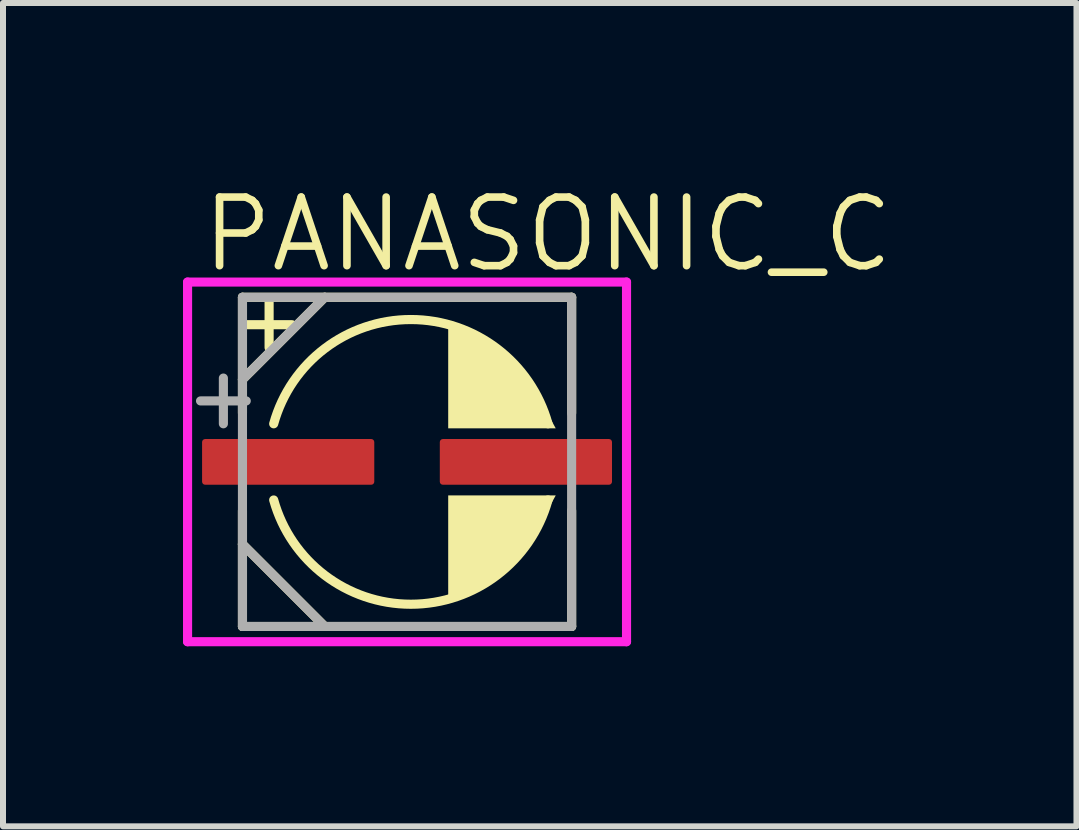
<source format=kicad_pcb>
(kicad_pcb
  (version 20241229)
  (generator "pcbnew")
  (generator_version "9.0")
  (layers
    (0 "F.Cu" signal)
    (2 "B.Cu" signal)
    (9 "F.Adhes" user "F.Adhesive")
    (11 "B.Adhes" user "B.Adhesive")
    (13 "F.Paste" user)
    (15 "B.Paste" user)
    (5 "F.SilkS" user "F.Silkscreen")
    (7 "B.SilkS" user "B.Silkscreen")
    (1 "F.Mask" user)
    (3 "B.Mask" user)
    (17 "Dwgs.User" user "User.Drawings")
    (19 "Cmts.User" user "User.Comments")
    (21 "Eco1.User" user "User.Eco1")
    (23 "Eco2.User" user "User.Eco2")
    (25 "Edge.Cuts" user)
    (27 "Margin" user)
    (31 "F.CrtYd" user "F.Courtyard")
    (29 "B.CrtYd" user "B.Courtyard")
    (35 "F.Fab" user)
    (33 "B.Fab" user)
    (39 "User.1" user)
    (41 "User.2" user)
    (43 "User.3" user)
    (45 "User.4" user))
  (footprint "PANASONIC_C"
    (layer "F.Cu")
    (at 3.734 4.648)
    (property "Reference" "PANASONIC_C" (at -3.48 -3.124 0) (layer "F.SilkS") (effects (font (size 1.143 1.143) (thickness 0.127)) (justify left bottom)))
    (fp_line (start -2.743 -1.372) (end -1.372 -2.743) (stroke (width 0.152) (type solid)) (layer "F.SilkS"))
    (fp_line (start -2.743 -0.813) (end -2.743 -2.743) (stroke (width 0.152) (type solid)) (layer "F.SilkS"))
    (fp_line (start -2.743 1.372) (end -2.743 0.813) (stroke (width 0.152) (type solid)) (layer "F.SilkS"))
    (fp_line (start -2.743 2.743) (end -2.743 1.372) (stroke (width 0.152) (type solid)) (layer "F.SilkS"))
    (fp_line (start -2.743 2.743) (end -1.372 2.743) (stroke (width 0.152) (type solid)) (layer "F.SilkS"))
    (fp_line (start -2.299 -2.667) (end -2.299 -1.905) (stroke (width 0.152) (type solid)) (layer "F.SilkS"))
    (fp_line (start -1.918 -2.286) (end -2.68 -2.286) (stroke (width 0.152) (type solid)) (layer "F.SilkS"))
    (fp_line (start -1.372 2.743) (end -2.743 1.372) (stroke (width 0.152) (type solid)) (layer "F.SilkS"))
    (fp_line (start -1.372 2.743) (end 2.743 2.743) (stroke (width 0.152) (type solid)) (layer "F.SilkS"))
    (fp_line (start 2.743 -2.743) (end -2.743 -2.743) (stroke (width 0.152) (type solid)) (layer "F.SilkS"))
    (fp_line (start 2.743 -0.813) (end 2.743 -2.743) (stroke (width 0.152) (type solid)) (layer "F.SilkS"))
    (fp_line (start 2.743 2.743) (end 2.743 0.813) (stroke (width 0.152) (type solid)) (layer "F.SilkS"))
    (fp_arc (start -2.2225 -0.635) (mid 0.0635 -2.372556) (end 2.3495 -0.635) (stroke (width 0.1524) (type solid)) (layer "F.SilkS"))
    (fp_arc (start 2.3495 0.635) (mid 0.0635 2.372556) (end -2.2225 0.635) (stroke (width 0.1524) (type solid)) (layer "F.SilkS"))
    (fp_poly (pts (xy 1.507 -1.903) (xy 2.03 -1.38) (xy 2.478 -0.559) (xy 0.686 -0.559) (xy 0.686 -2.351)) (stroke (width 0) (type default)) (fill yes) (layer "F.SilkS"))
    (fp_poly (pts (xy 2.03 1.38) (xy 1.507 1.903) (xy 0.686 2.351) (xy 0.686 0.559) (xy 2.478 0.559)) (stroke (width 0) (type default)) (fill yes) (layer "F.SilkS"))
    (fp_line (start -3.658 -2.997) (end 3.658 -2.997) (stroke (width 0.152) (type solid)) (layer "F.CrtYd"))
    (fp_line (start -3.658 2.997) (end -3.658 -2.997) (stroke (width 0.152) (type solid)) (layer "F.CrtYd"))
    (fp_line (start 3.658 -2.997) (end 3.658 2.997) (stroke (width 0.152) (type solid)) (layer "F.CrtYd"))
    (fp_line (start 3.658 2.997) (end -3.658 2.997) (stroke (width 0.152) (type solid)) (layer "F.CrtYd"))
    (fp_line (start -3.061 -1.397) (end -3.061 -0.635) (stroke (width 0.152) (type solid)) (layer "F.Fab"))
    (fp_line (start -2.743 -2.743) (end -2.743 -1.372) (stroke (width 0.152) (type solid)) (layer "F.Fab"))
    (fp_line (start -2.743 -1.372) (end -2.743 1.372) (stroke (width 0.152) (type solid)) (layer "F.Fab"))
    (fp_line (start -2.743 -1.372) (end -1.372 -2.743) (stroke (width 0.152) (type solid)) (layer "F.Fab"))
    (fp_line (start -2.743 1.372) (end -2.743 2.743) (stroke (width 0.152) (type solid)) (layer "F.Fab"))
    (fp_line (start -2.743 1.372) (end -1.372 2.743) (stroke (width 0.152) (type solid)) (layer "F.Fab"))
    (fp_line (start -2.743 2.743) (end -1.372 2.743) (stroke (width 0.152) (type solid)) (layer "F.Fab"))
    (fp_line (start -2.68 -1.016) (end -3.442 -1.016) (stroke (width 0.152) (type solid)) (layer "F.Fab"))
    (fp_line (start -1.372 -2.743) (end -2.743 -2.743) (stroke (width 0.152) (type solid)) (layer "F.Fab"))
    (fp_line (start -1.372 2.743) (end 2.743 2.743) (stroke (width 0.152) (type solid)) (layer "F.Fab"))
    (fp_line (start 2.743 -2.743) (end -1.372 -2.743) (stroke (width 0.152) (type solid)) (layer "F.Fab"))
    (fp_line (start 2.743 2.743) (end 2.743 -2.743) (stroke (width 0.152) (type solid)) (layer "F.Fab"))
    (pad "1" smd roundrect (at -1.981 0) (size 2.87 0.762) (layers "F.Cu" "F.Mask" "F.Paste") (roundrect_rratio 0.067))
    (pad "2" smd roundrect (at 1.981 0) (size 2.87 0.762) (layers "F.Cu" "F.Mask" "F.Paste") (roundrect_rratio 0.067)))
  (gr_rect
    (start -3 -3)
    (end 14.891 10.722)
    (stroke (width 0.1) (type default))
    (fill no)
    (layer "Edge.Cuts")))
</source>
